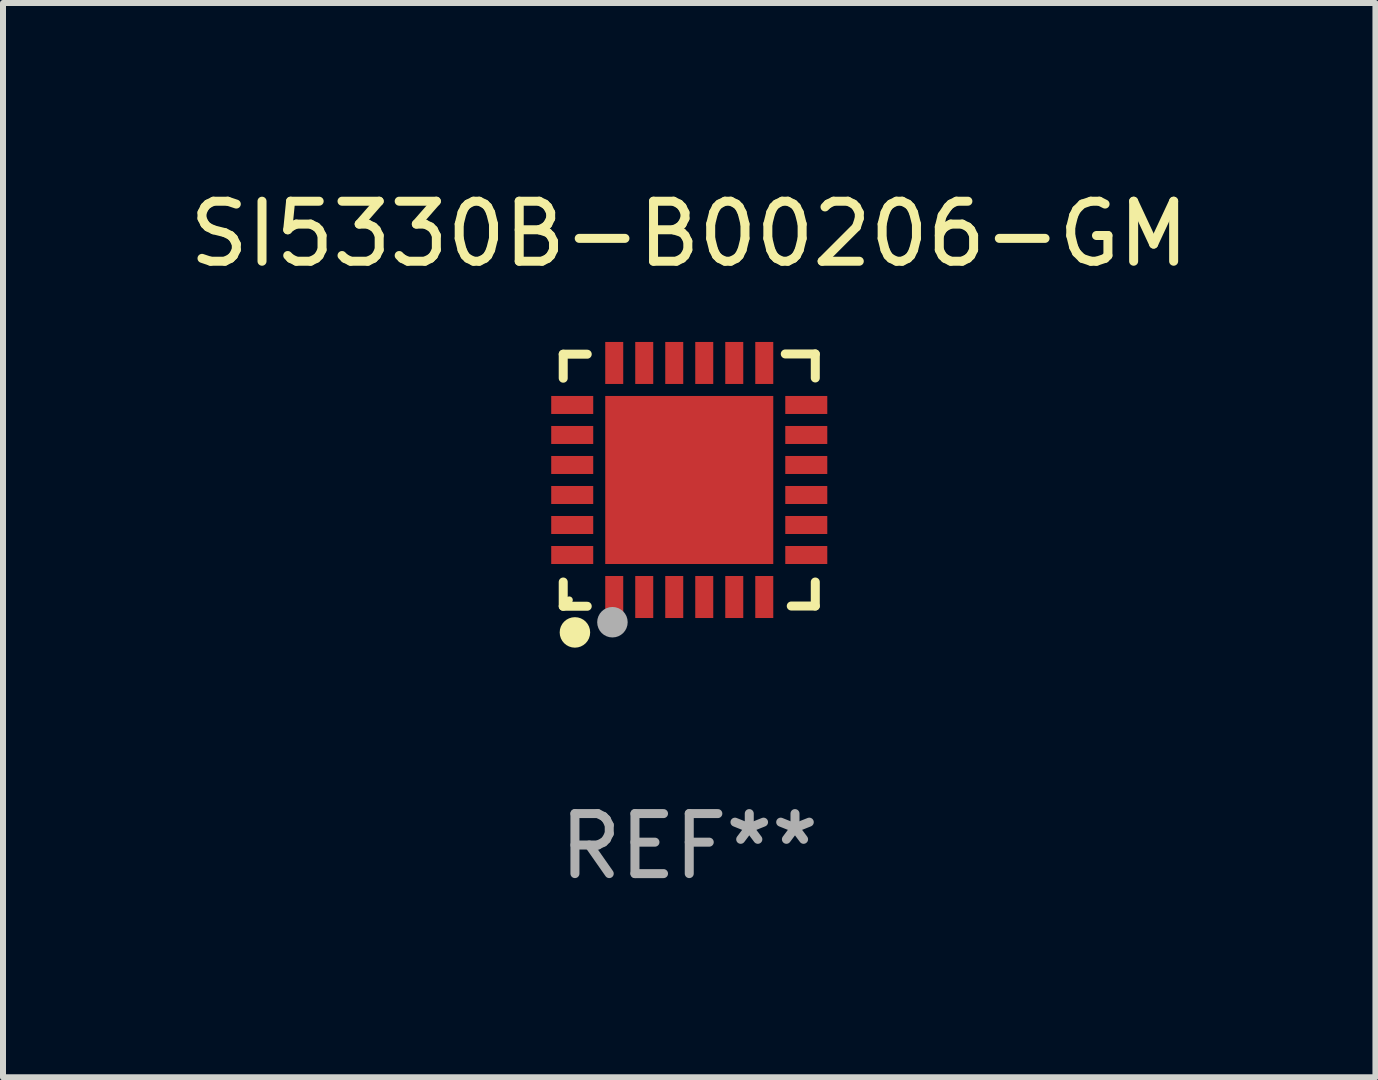
<source format=kicad_pcb>
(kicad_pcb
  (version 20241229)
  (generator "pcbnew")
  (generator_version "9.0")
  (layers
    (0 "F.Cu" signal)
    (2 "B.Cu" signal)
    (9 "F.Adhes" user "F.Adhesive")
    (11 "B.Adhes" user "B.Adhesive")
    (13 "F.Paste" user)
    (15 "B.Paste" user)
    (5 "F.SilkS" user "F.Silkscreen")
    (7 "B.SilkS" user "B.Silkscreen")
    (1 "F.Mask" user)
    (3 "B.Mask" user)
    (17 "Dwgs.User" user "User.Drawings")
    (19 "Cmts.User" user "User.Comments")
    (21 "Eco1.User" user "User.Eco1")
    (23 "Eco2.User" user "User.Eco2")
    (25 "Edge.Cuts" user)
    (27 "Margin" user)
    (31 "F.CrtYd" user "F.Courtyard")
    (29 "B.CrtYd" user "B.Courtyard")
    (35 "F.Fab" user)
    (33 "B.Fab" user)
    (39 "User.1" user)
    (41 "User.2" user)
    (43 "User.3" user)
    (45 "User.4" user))
  (footprint "SI5330B-B00206-GM"
    (layer "F.Cu")
    (at 8.435 4.95)
    (property "Reference" "SI5330B-B00206-GM" (at 0 -4.102 0) (layer "F.SilkS") (effects (font (size 1 1) (thickness 0.15))))
    (attr through_hole)
    (fp_line (start -2.1 -2.098) (end -1.7 -2.098) (stroke (width 0.15) (type solid)) (layer "F.SilkS"))
    (fp_line (start -2.1 -1.698) (end -2.1 -2.098) (stroke (width 0.15) (type solid)) (layer "F.SilkS"))
    (fp_line (start -2.1 2.102) (end -2.1 1.698) (stroke (width 0.15) (type solid)) (layer "F.SilkS"))
    (fp_line (start -1.7 2.102) (end -2.1 2.102) (stroke (width 0.15) (type solid)) (layer "F.SilkS"))
    (fp_line (start 1.6 -2.102) (end 2.1 -2.102) (stroke (width 0.15) (type solid)) (layer "F.SilkS"))
    (fp_line (start 1.7 2.098) (end 2.1 2.098) (stroke (width 0.15) (type solid)) (layer "F.SilkS"))
    (fp_line (start 2.1 -2.102) (end 2.1 -1.702) (stroke (width 0.15) (type solid)) (layer "F.SilkS"))
    (fp_line (start 2.1 2.098) (end 2.1 1.698) (stroke (width 0.15) (type solid)) (layer "F.SilkS"))
    (fp_circle (center -2 1.998) (end -1.97 1.998) (stroke (width 0.06) (type solid)) (fill no) (layer "F.SilkS"))
    (fp_circle (center -1.905 2.538) (end -1.778 2.538) (stroke (width 0.254) (type solid)) (fill no) (layer "F.SilkS"))
    (fp_circle (center -1.28 2.368) (end -1.153 2.368) (stroke (width 0.254) (type solid)) (fill no) (layer "F.Fab"))
    (fp_text user "REF**" (at 0 6.102 0) (layer "F.Fab") (effects (font (size 1 1) (thickness 0.15))))
    (pad "1" smd rect (at -1.25 1.948 180) (size 0.3 0.7) (layers "F.Cu" "F.Mask" "F.Paste"))
    (pad "2" smd rect (at -0.75 1.948 180) (size 0.3 0.7) (layers "F.Cu" "F.Mask" "F.Paste"))
    (pad "3" smd rect (at -0.25 1.948 180) (size 0.3 0.7) (layers "F.Cu" "F.Mask" "F.Paste"))
    (pad "4" smd rect (at 0.25 1.948 180) (size 0.3 0.7) (layers "F.Cu" "F.Mask" "F.Paste"))
    (pad "5" smd rect (at 0.75 1.948 180) (size 0.3 0.7) (layers "F.Cu" "F.Mask" "F.Paste"))
    (pad "6" smd rect (at 1.25 1.948 180) (size 0.3 0.7) (layers "F.Cu" "F.Mask" "F.Paste"))
    (pad "7" smd rect (at 1.95 1.248 270) (size 0.3 0.7) (layers "F.Cu" "F.Mask" "F.Paste"))
    (pad "8" smd rect (at 1.95 0.748 270) (size 0.3 0.7) (layers "F.Cu" "F.Mask" "F.Paste"))
    (pad "9" smd rect (at 1.95 0.248 270) (size 0.3 0.7) (layers "F.Cu" "F.Mask" "F.Paste"))
    (pad "10" smd rect (at 1.95 -0.252 270) (size 0.3 0.7) (layers "F.Cu" "F.Mask" "F.Paste"))
    (pad "11" smd rect (at 1.95 -0.752 270) (size 0.3 0.7) (layers "F.Cu" "F.Mask" "F.Paste"))
    (pad "12" smd rect (at 1.95 -1.252 270) (size 0.3 0.7) (layers "F.Cu" "F.Mask" "F.Paste"))
    (pad "13" smd rect (at 1.25 -1.952) (size 0.3 0.7) (layers "F.Cu" "F.Mask" "F.Paste"))
    (pad "14" smd rect (at 0.75 -1.952) (size 0.3 0.7) (layers "F.Cu" "F.Mask" "F.Paste"))
    (pad "15" smd rect (at 0.25 -1.952) (size 0.3 0.7) (layers "F.Cu" "F.Mask" "F.Paste"))
    (pad "16" smd rect (at -0.25 -1.952) (size 0.3 0.7) (layers "F.Cu" "F.Mask" "F.Paste"))
    (pad "17" smd rect (at -0.75 -1.952) (size 0.3 0.7) (layers "F.Cu" "F.Mask" "F.Paste"))
    (pad "18" smd rect (at -1.25 -1.952) (size 0.3 0.7) (layers "F.Cu" "F.Mask" "F.Paste"))
    (pad "19" smd rect (at -1.95 -1.252 90) (size 0.3 0.7) (layers "F.Cu" "F.Mask" "F.Paste"))
    (pad "20" smd rect (at -1.95 -0.752 90) (size 0.3 0.7) (layers "F.Cu" "F.Mask" "F.Paste"))
    (pad "21" smd rect (at -1.95 -0.252 90) (size 0.3 0.7) (layers "F.Cu" "F.Mask" "F.Paste"))
    (pad "22" smd rect (at -1.95 0.248 90) (size 0.3 0.7) (layers "F.Cu" "F.Mask" "F.Paste"))
    (pad "23" smd rect (at -1.95 0.748 90) (size 0.3 0.7) (layers "F.Cu" "F.Mask" "F.Paste"))
    (pad "24" smd rect (at -1.95 1.248 90) (size 0.3 0.7) (layers "F.Cu" "F.Mask" "F.Paste"))
    (pad "25" smd rect (at 0.000038 -0.002) (size 2.8 2.8) (layers "F.Cu" "F.Mask" "F.Paste")))
  (gr_rect
    (start -3 -3)
    (end 19.869 14.901)
    (stroke (width 0.1) (type default))
    (fill no)
    (layer "Edge.Cuts")))
</source>
